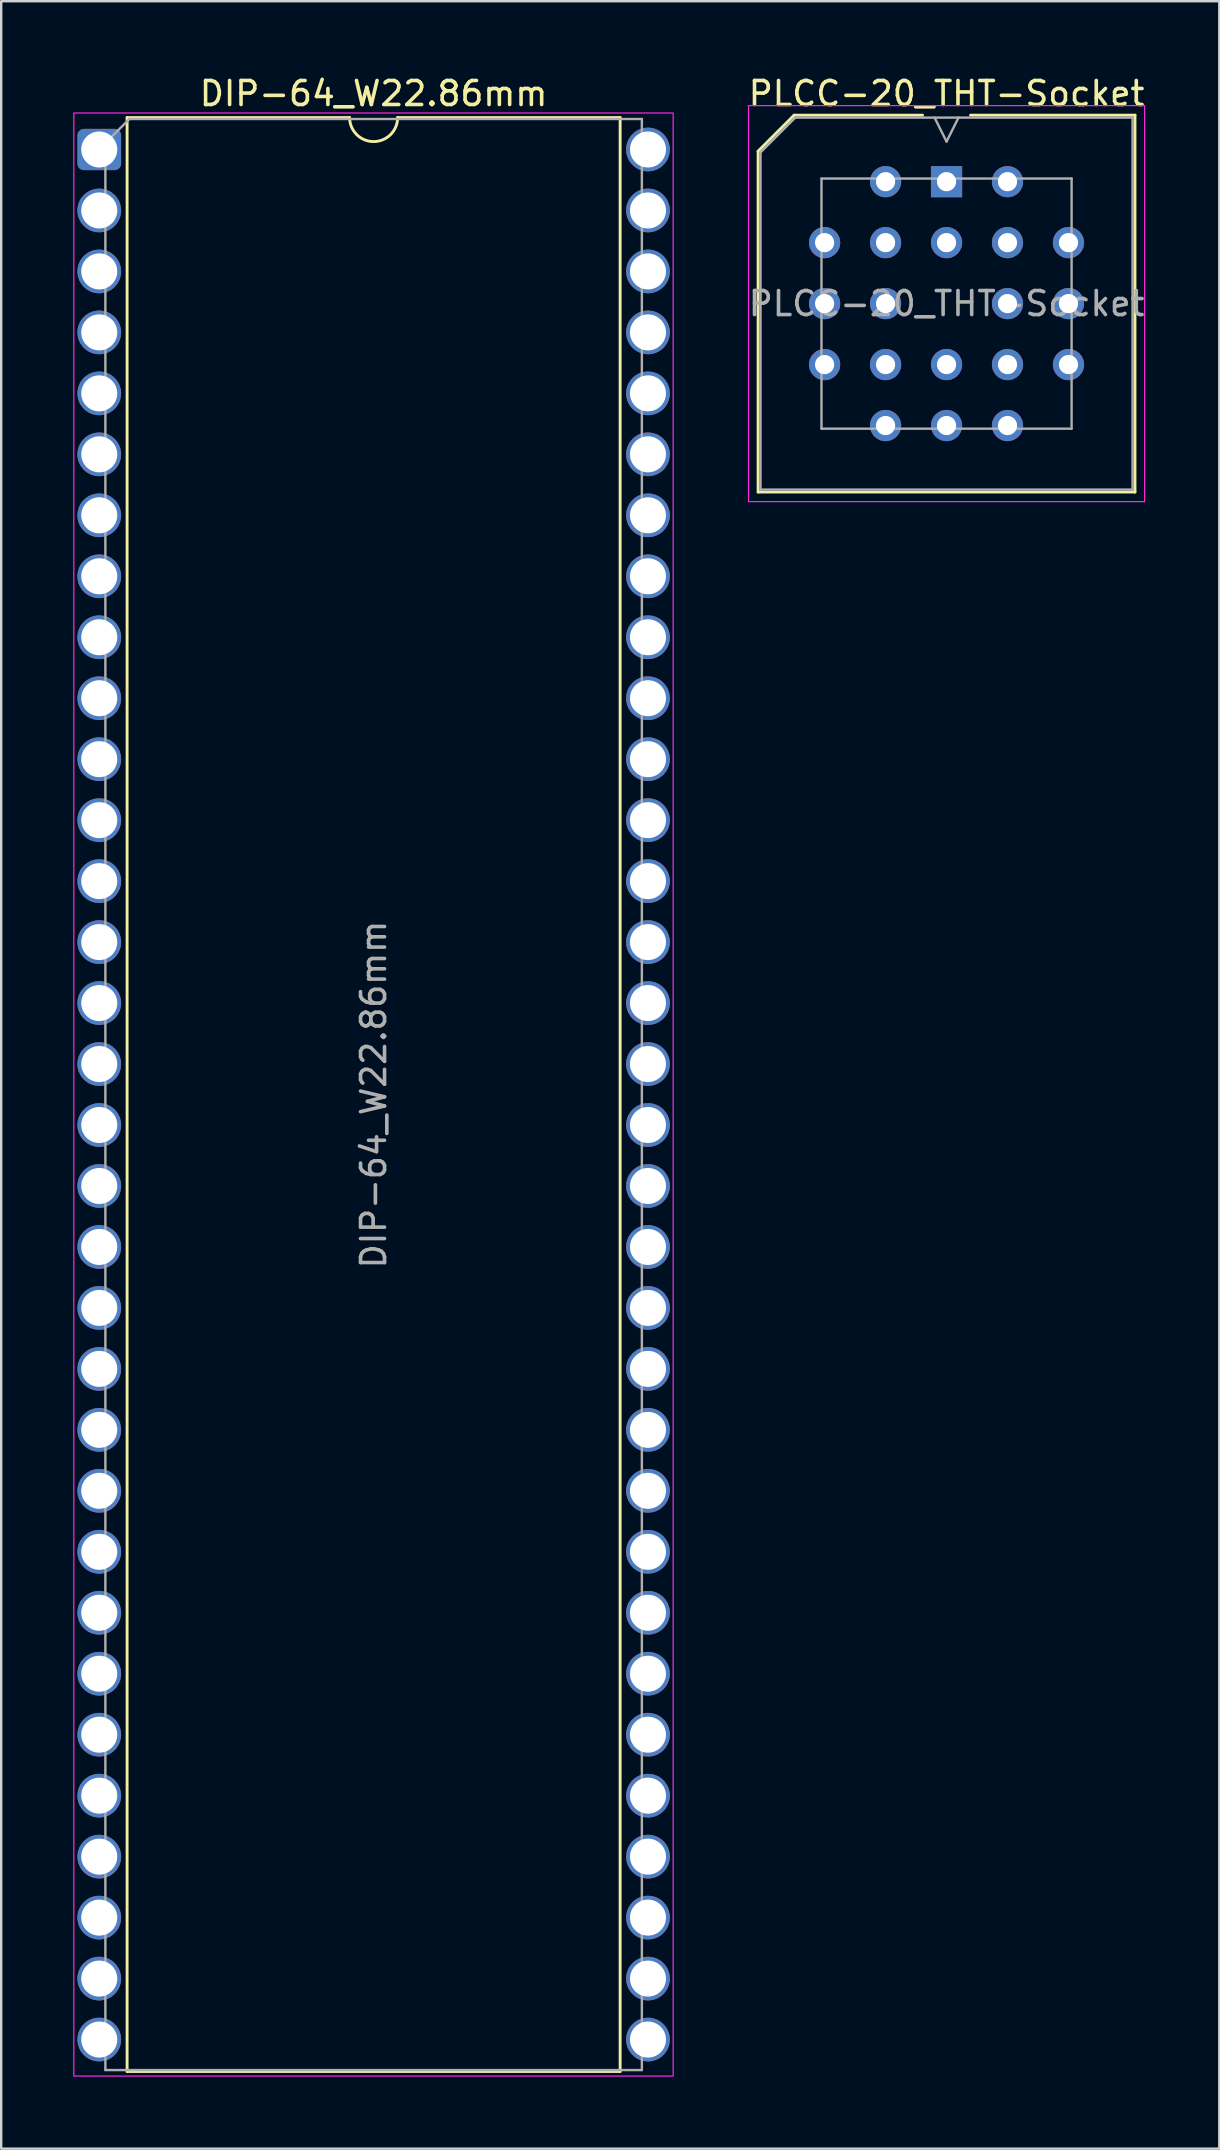
<source format=kicad_pcb>
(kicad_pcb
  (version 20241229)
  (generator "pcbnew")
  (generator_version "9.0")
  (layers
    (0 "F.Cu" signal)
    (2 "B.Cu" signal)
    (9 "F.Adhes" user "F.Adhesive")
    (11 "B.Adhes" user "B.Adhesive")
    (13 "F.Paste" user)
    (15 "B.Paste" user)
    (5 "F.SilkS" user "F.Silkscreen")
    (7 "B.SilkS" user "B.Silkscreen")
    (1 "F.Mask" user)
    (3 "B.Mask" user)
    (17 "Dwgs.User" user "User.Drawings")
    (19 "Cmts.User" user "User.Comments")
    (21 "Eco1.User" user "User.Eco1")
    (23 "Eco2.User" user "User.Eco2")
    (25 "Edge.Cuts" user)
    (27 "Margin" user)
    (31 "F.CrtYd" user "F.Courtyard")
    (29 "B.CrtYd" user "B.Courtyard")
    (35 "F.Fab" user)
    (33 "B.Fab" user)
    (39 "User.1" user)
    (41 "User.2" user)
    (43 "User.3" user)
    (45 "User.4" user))
  (footprint "DIP-64_W22.86mm"
    (layer "F.Cu")
    (at 1.085 3.178)
    (property "Reference" "DIP-64_W22.86mm" (at 11.43 -2.33 0) (layer "F.SilkS") (effects (font (size 1 1) (thickness 0.15))))
    (attr through_hole)
    (fp_line (start 1.16 -1.33) (end 1.16 80.07) (stroke (width 0.12) (type solid)) (layer "F.SilkS"))
    (fp_line (start 1.16 80.07) (end 21.7 80.07) (stroke (width 0.12) (type solid)) (layer "F.SilkS"))
    (fp_line (start 10.43 -1.33) (end 1.16 -1.33) (stroke (width 0.12) (type solid)) (layer "F.SilkS"))
    (fp_line (start 21.7 -1.33) (end 12.43 -1.33) (stroke (width 0.12) (type solid)) (layer "F.SilkS"))
    (fp_line (start 21.7 80.07) (end 21.7 -1.33) (stroke (width 0.12) (type solid)) (layer "F.SilkS"))
    (fp_arc (start 12.43 -1.33) (mid 11.43 -0.33) (end 10.43 -1.33) (stroke (width 0.12) (type solid)) (layer "F.SilkS"))
    (fp_rect (start -1.06 -1.52) (end 23.91 80.26) (stroke (width 0.05) (type solid)) (fill no) (layer "F.CrtYd"))
    (fp_line (start 0.255 -0.27) (end 1.255 -1.27) (stroke (width 0.1) (type solid)) (layer "F.Fab"))
    (fp_line (start 0.255 80.01) (end 0.255 -0.27) (stroke (width 0.1) (type solid)) (layer "F.Fab"))
    (fp_line (start 1.255 -1.27) (end 22.605 -1.27) (stroke (width 0.1) (type solid)) (layer "F.Fab"))
    (fp_line (start 22.605 -1.27) (end 22.605 80.01) (stroke (width 0.1) (type solid)) (layer "F.Fab"))
    (fp_line (start 22.605 80.01) (end 0.255 80.01) (stroke (width 0.1) (type solid)) (layer "F.Fab"))
    (fp_text user "${REFERENCE}" (at 11.43 39.37 90) (layer "F.Fab") (effects (font (size 1 1) (thickness 0.15))))
    (pad "1" thru_hole roundrect (at 0 0) (size 1.82 1.72) (drill 1.5) (layers "*.Cu" "*.Mask") (roundrect_rratio 0.156))
    (pad "2" thru_hole circle (at 0 2.54) (size 1.82 1.82) (drill 1.5) (layers "*.Cu" "*.Mask"))
    (pad "3" thru_hole circle (at 0 5.08) (size 1.82 1.82) (drill 1.5) (layers "*.Cu" "*.Mask"))
    (pad "4" thru_hole circle (at 0 7.62) (size 1.82 1.82) (drill 1.5) (layers "*.Cu" "*.Mask"))
    (pad "5" thru_hole circle (at 0 10.16) (size 1.82 1.82) (drill 1.5) (layers "*.Cu" "*.Mask"))
    (pad "6" thru_hole circle (at 0 12.7) (size 1.82 1.82) (drill 1.5) (layers "*.Cu" "*.Mask"))
    (pad "7" thru_hole circle (at 0 15.24) (size 1.82 1.82) (drill 1.5) (layers "*.Cu" "*.Mask"))
    (pad "8" thru_hole circle (at 0 17.78) (size 1.82 1.82) (drill 1.5) (layers "*.Cu" "*.Mask"))
    (pad "9" thru_hole circle (at 0 20.32) (size 1.82 1.82) (drill 1.5) (layers "*.Cu" "*.Mask"))
    (pad "10" thru_hole circle (at 0 22.86) (size 1.82 1.82) (drill 1.5) (layers "*.Cu" "*.Mask"))
    (pad "11" thru_hole circle (at 0 25.4) (size 1.82 1.82) (drill 1.5) (layers "*.Cu" "*.Mask"))
    (pad "12" thru_hole circle (at 0 27.94) (size 1.82 1.82) (drill 1.5) (layers "*.Cu" "*.Mask"))
    (pad "13" thru_hole circle (at 0 30.48) (size 1.82 1.82) (drill 1.5) (layers "*.Cu" "*.Mask"))
    (pad "14" thru_hole circle (at 0 33.02) (size 1.82 1.82) (drill 1.5) (layers "*.Cu" "*.Mask"))
    (pad "15" thru_hole circle (at 0 35.56) (size 1.82 1.82) (drill 1.5) (layers "*.Cu" "*.Mask"))
    (pad "16" thru_hole circle (at 0 38.1) (size 1.82 1.82) (drill 1.5) (layers "*.Cu" "*.Mask"))
    (pad "17" thru_hole circle (at 0 40.64) (size 1.82 1.82) (drill 1.5) (layers "*.Cu" "*.Mask"))
    (pad "18" thru_hole circle (at 0 43.18) (size 1.82 1.82) (drill 1.5) (layers "*.Cu" "*.Mask"))
    (pad "19" thru_hole circle (at 0 45.72) (size 1.82 1.82) (drill 1.5) (layers "*.Cu" "*.Mask"))
    (pad "20" thru_hole circle (at 0 48.26) (size 1.82 1.82) (drill 1.5) (layers "*.Cu" "*.Mask"))
    (pad "21" thru_hole circle (at 0 50.8) (size 1.82 1.82) (drill 1.5) (layers "*.Cu" "*.Mask"))
    (pad "22" thru_hole circle (at 0 53.34) (size 1.82 1.82) (drill 1.5) (layers "*.Cu" "*.Mask"))
    (pad "23" thru_hole circle (at 0 55.88) (size 1.82 1.82) (drill 1.5) (layers "*.Cu" "*.Mask"))
    (pad "24" thru_hole circle (at 0 58.42) (size 1.82 1.82) (drill 1.5) (layers "*.Cu" "*.Mask"))
    (pad "25" thru_hole circle (at 0 60.96) (size 1.82 1.82) (drill 1.5) (layers "*.Cu" "*.Mask"))
    (pad "26" thru_hole circle (at 0 63.5) (size 1.82 1.82) (drill 1.5) (layers "*.Cu" "*.Mask"))
    (pad "27" thru_hole circle (at 0 66.04) (size 1.82 1.82) (drill 1.5) (layers "*.Cu" "*.Mask"))
    (pad "28" thru_hole circle (at 0 68.58) (size 1.82 1.82) (drill 1.5) (layers "*.Cu" "*.Mask"))
    (pad "29" thru_hole circle (at 0 71.12) (size 1.82 1.82) (drill 1.5) (layers "*.Cu" "*.Mask"))
    (pad "30" thru_hole circle (at 0 73.66) (size 1.82 1.82) (drill 1.5) (layers "*.Cu" "*.Mask"))
    (pad "31" thru_hole circle (at 0 76.2) (size 1.82 1.82) (drill 1.5) (layers "*.Cu" "*.Mask"))
    (pad "32" thru_hole circle (at 0 78.74) (size 1.82 1.82) (drill 1.5) (layers "*.Cu" "*.Mask"))
    (pad "33" thru_hole circle (at 22.86 78.74) (size 1.82 1.82) (drill 1.5) (layers "*.Cu" "*.Mask"))
    (pad "34" thru_hole circle (at 22.86 76.2) (size 1.82 1.82) (drill 1.5) (layers "*.Cu" "*.Mask"))
    (pad "35" thru_hole circle (at 22.86 73.66) (size 1.82 1.82) (drill 1.5) (layers "*.Cu" "*.Mask"))
    (pad "36" thru_hole circle (at 22.86 71.12) (size 1.82 1.82) (drill 1.5) (layers "*.Cu" "*.Mask"))
    (pad "37" thru_hole circle (at 22.86 68.58) (size 1.82 1.82) (drill 1.5) (layers "*.Cu" "*.Mask"))
    (pad "38" thru_hole circle (at 22.86 66.04) (size 1.82 1.82) (drill 1.5) (layers "*.Cu" "*.Mask"))
    (pad "39" thru_hole circle (at 22.86 63.5) (size 1.82 1.82) (drill 1.5) (layers "*.Cu" "*.Mask"))
    (pad "40" thru_hole circle (at 22.86 60.96) (size 1.82 1.82) (drill 1.5) (layers "*.Cu" "*.Mask"))
    (pad "41" thru_hole circle (at 22.86 58.42) (size 1.82 1.82) (drill 1.5) (layers "*.Cu" "*.Mask"))
    (pad "42" thru_hole circle (at 22.86 55.88) (size 1.82 1.82) (drill 1.5) (layers "*.Cu" "*.Mask"))
    (pad "43" thru_hole circle (at 22.86 53.34) (size 1.82 1.82) (drill 1.5) (layers "*.Cu" "*.Mask"))
    (pad "44" thru_hole circle (at 22.86 50.8) (size 1.82 1.82) (drill 1.5) (layers "*.Cu" "*.Mask"))
    (pad "45" thru_hole circle (at 22.86 48.26) (size 1.82 1.82) (drill 1.5) (layers "*.Cu" "*.Mask"))
    (pad "46" thru_hole circle (at 22.86 45.72) (size 1.82 1.82) (drill 1.5) (layers "*.Cu" "*.Mask"))
    (pad "47" thru_hole circle (at 22.86 43.18) (size 1.82 1.82) (drill 1.5) (layers "*.Cu" "*.Mask"))
    (pad "48" thru_hole circle (at 22.86 40.64) (size 1.82 1.82) (drill 1.5) (layers "*.Cu" "*.Mask"))
    (pad "49" thru_hole circle (at 22.86 38.1) (size 1.82 1.82) (drill 1.5) (layers "*.Cu" "*.Mask"))
    (pad "50" thru_hole circle (at 22.86 35.56) (size 1.82 1.82) (drill 1.5) (layers "*.Cu" "*.Mask"))
    (pad "51" thru_hole circle (at 22.86 33.02) (size 1.82 1.82) (drill 1.5) (layers "*.Cu" "*.Mask"))
    (pad "52" thru_hole circle (at 22.86 30.48) (size 1.82 1.82) (drill 1.5) (layers "*.Cu" "*.Mask"))
    (pad "53" thru_hole circle (at 22.86 27.94) (size 1.82 1.82) (drill 1.5) (layers "*.Cu" "*.Mask"))
    (pad "54" thru_hole circle (at 22.86 25.4) (size 1.82 1.82) (drill 1.5) (layers "*.Cu" "*.Mask"))
    (pad "55" thru_hole circle (at 22.86 22.86) (size 1.82 1.82) (drill 1.5) (layers "*.Cu" "*.Mask"))
    (pad "56" thru_hole circle (at 22.86 20.32) (size 1.82 1.82) (drill 1.5) (layers "*.Cu" "*.Mask"))
    (pad "57" thru_hole circle (at 22.86 17.78) (size 1.82 1.82) (drill 1.5) (layers "*.Cu" "*.Mask"))
    (pad "58" thru_hole circle (at 22.86 15.24) (size 1.82 1.82) (drill 1.5) (layers "*.Cu" "*.Mask"))
    (pad "59" thru_hole circle (at 22.86 12.7) (size 1.82 1.82) (drill 1.5) (layers "*.Cu" "*.Mask"))
    (pad "60" thru_hole circle (at 22.86 10.16) (size 1.82 1.82) (drill 1.5) (layers "*.Cu" "*.Mask"))
    (pad "61" thru_hole circle (at 22.86 7.62) (size 1.82 1.82) (drill 1.5) (layers "*.Cu" "*.Mask"))
    (pad "62" thru_hole circle (at 22.86 5.08) (size 1.82 1.82) (drill 1.5) (layers "*.Cu" "*.Mask"))
    (pad "63" thru_hole circle (at 22.86 2.54) (size 1.82 1.82) (drill 1.5) (layers "*.Cu" "*.Mask"))
    (pad "64" thru_hole circle (at 22.86 0) (size 1.82 1.82) (drill 1.5) (layers "*.Cu" "*.Mask")))
  (footprint "PLCC-20_THT-Socket"
    (layer "F.Cu")
    (at 36.383 4.518)
    (property "Reference" "PLCC-20_THT-Socket" (at 0 -3.67 0) (layer "F.SilkS") (effects (font (size 1 1) (thickness 0.15))))
    (attr through_hole)
    (fp_line (start -7.85 -1.27) (end -7.85 12.93) (stroke (width 0.12) (type solid)) (layer "F.SilkS"))
    (fp_line (start -7.85 12.93) (end 7.85 12.93) (stroke (width 0.12) (type solid)) (layer "F.SilkS"))
    (fp_line (start -6.35 -2.77) (end -7.85 -1.27) (stroke (width 0.12) (type solid)) (layer "F.SilkS"))
    (fp_line (start -1 -2.77) (end -6.35 -2.77) (stroke (width 0.12) (type solid)) (layer "F.SilkS"))
    (fp_line (start 7.85 -2.77) (end 1 -2.77) (stroke (width 0.12) (type solid)) (layer "F.SilkS"))
    (fp_line (start 7.85 12.93) (end 7.85 -2.77) (stroke (width 0.12) (type solid)) (layer "F.SilkS"))
    (fp_line (start -8.25 -3.17) (end -8.25 13.33) (stroke (width 0.05) (type solid)) (layer "F.CrtYd"))
    (fp_line (start -8.25 13.33) (end 8.25 13.33) (stroke (width 0.05) (type solid)) (layer "F.CrtYd"))
    (fp_line (start 8.25 -3.17) (end -8.25 -3.17) (stroke (width 0.05) (type solid)) (layer "F.CrtYd"))
    (fp_line (start 8.25 13.33) (end 8.25 -3.17) (stroke (width 0.05) (type solid)) (layer "F.CrtYd"))
    (fp_line (start -7.75 -1.22) (end -7.75 12.83) (stroke (width 0.1) (type solid)) (layer "F.Fab"))
    (fp_line (start -7.75 12.83) (end 7.75 12.83) (stroke (width 0.1) (type solid)) (layer "F.Fab"))
    (fp_line (start -6.3 -2.67) (end -7.75 -1.22) (stroke (width 0.1) (type solid)) (layer "F.Fab"))
    (fp_line (start -5.21 -0.13) (end -5.21 10.29) (stroke (width 0.1) (type solid)) (layer "F.Fab"))
    (fp_line (start -5.21 10.29) (end 5.21 10.29) (stroke (width 0.1) (type solid)) (layer "F.Fab"))
    (fp_line (start -0.5 -2.67) (end 0 -1.67) (stroke (width 0.1) (type solid)) (layer "F.Fab"))
    (fp_line (start 0 -1.67) (end 0.5 -2.67) (stroke (width 0.1) (type solid)) (layer "F.Fab"))
    (fp_line (start 5.21 -0.13) (end -5.21 -0.13) (stroke (width 0.1) (type solid)) (layer "F.Fab"))
    (fp_line (start 5.21 10.29) (end 5.21 -0.13) (stroke (width 0.1) (type solid)) (layer "F.Fab"))
    (fp_line (start 7.75 -2.67) (end -6.3 -2.67) (stroke (width 0.1) (type solid)) (layer "F.Fab"))
    (fp_line (start 7.75 12.83) (end 7.75 -2.67) (stroke (width 0.1) (type solid)) (layer "F.Fab"))
    (fp_text user "${REFERENCE}" (at 0 5.08 0) (layer "F.Fab") (effects (font (size 1 1) (thickness 0.15))))
    (pad "1" thru_hole rect (at 0 0) (size 1.3 1.3) (drill 0.8) (layers "*.Cu" "*.Mask"))
    (pad "2" thru_hole circle (at 0 2.54) (size 1.3 1.3) (drill 0.8) (layers "*.Cu" "*.Mask"))
    (pad "3" thru_hole circle (at -2.54 0) (size 1.3 1.3) (drill 0.8) (layers "*.Cu" "*.Mask"))
    (pad "4" thru_hole circle (at -5.08 2.54) (size 1.3 1.3) (drill 0.8) (layers "*.Cu" "*.Mask"))
    (pad "5" thru_hole circle (at -2.54 2.54) (size 1.3 1.3) (drill 0.8) (layers "*.Cu" "*.Mask"))
    (pad "6" thru_hole circle (at -5.08 5.08) (size 1.3 1.3) (drill 0.8) (layers "*.Cu" "*.Mask"))
    (pad "7" thru_hole circle (at -2.54 5.08) (size 1.3 1.3) (drill 0.8) (layers "*.Cu" "*.Mask"))
    (pad "8" thru_hole circle (at -5.08 7.62) (size 1.3 1.3) (drill 0.8) (layers "*.Cu" "*.Mask"))
    (pad "9" thru_hole circle (at -2.54 10.16) (size 1.3 1.3) (drill 0.8) (layers "*.Cu" "*.Mask"))
    (pad "10" thru_hole circle (at -2.54 7.62) (size 1.3 1.3) (drill 0.8) (layers "*.Cu" "*.Mask"))
    (pad "11" thru_hole circle (at 0 10.16) (size 1.3 1.3) (drill 0.8) (layers "*.Cu" "*.Mask"))
    (pad "12" thru_hole circle (at 0 7.62) (size 1.3 1.3) (drill 0.8) (layers "*.Cu" "*.Mask"))
    (pad "13" thru_hole circle (at 2.54 10.16) (size 1.3 1.3) (drill 0.8) (layers "*.Cu" "*.Mask"))
    (pad "14" thru_hole circle (at 5.08 7.62) (size 1.3 1.3) (drill 0.8) (layers "*.Cu" "*.Mask"))
    (pad "15" thru_hole circle (at 2.54 7.62) (size 1.3 1.3) (drill 0.8) (layers "*.Cu" "*.Mask"))
    (pad "16" thru_hole circle (at 5.08 5.08) (size 1.3 1.3) (drill 0.8) (layers "*.Cu" "*.Mask"))
    (pad "17" thru_hole circle (at 2.54 5.08) (size 1.3 1.3) (drill 0.8) (layers "*.Cu" "*.Mask"))
    (pad "18" thru_hole circle (at 5.08 2.54) (size 1.3 1.3) (drill 0.8) (layers "*.Cu" "*.Mask"))
    (pad "19" thru_hole circle (at 2.54 0) (size 1.3 1.3) (drill 0.8) (layers "*.Cu" "*.Mask"))
    (pad "20" thru_hole circle (at 2.54 2.54) (size 1.3 1.3) (drill 0.8) (layers "*.Cu" "*.Mask")))
  (gr_rect
    (start -3 -3)
    (end 47.746 86.463)
    (stroke (width 0.1) (type default))
    (fill no)
    (layer "Edge.Cuts")))
</source>
